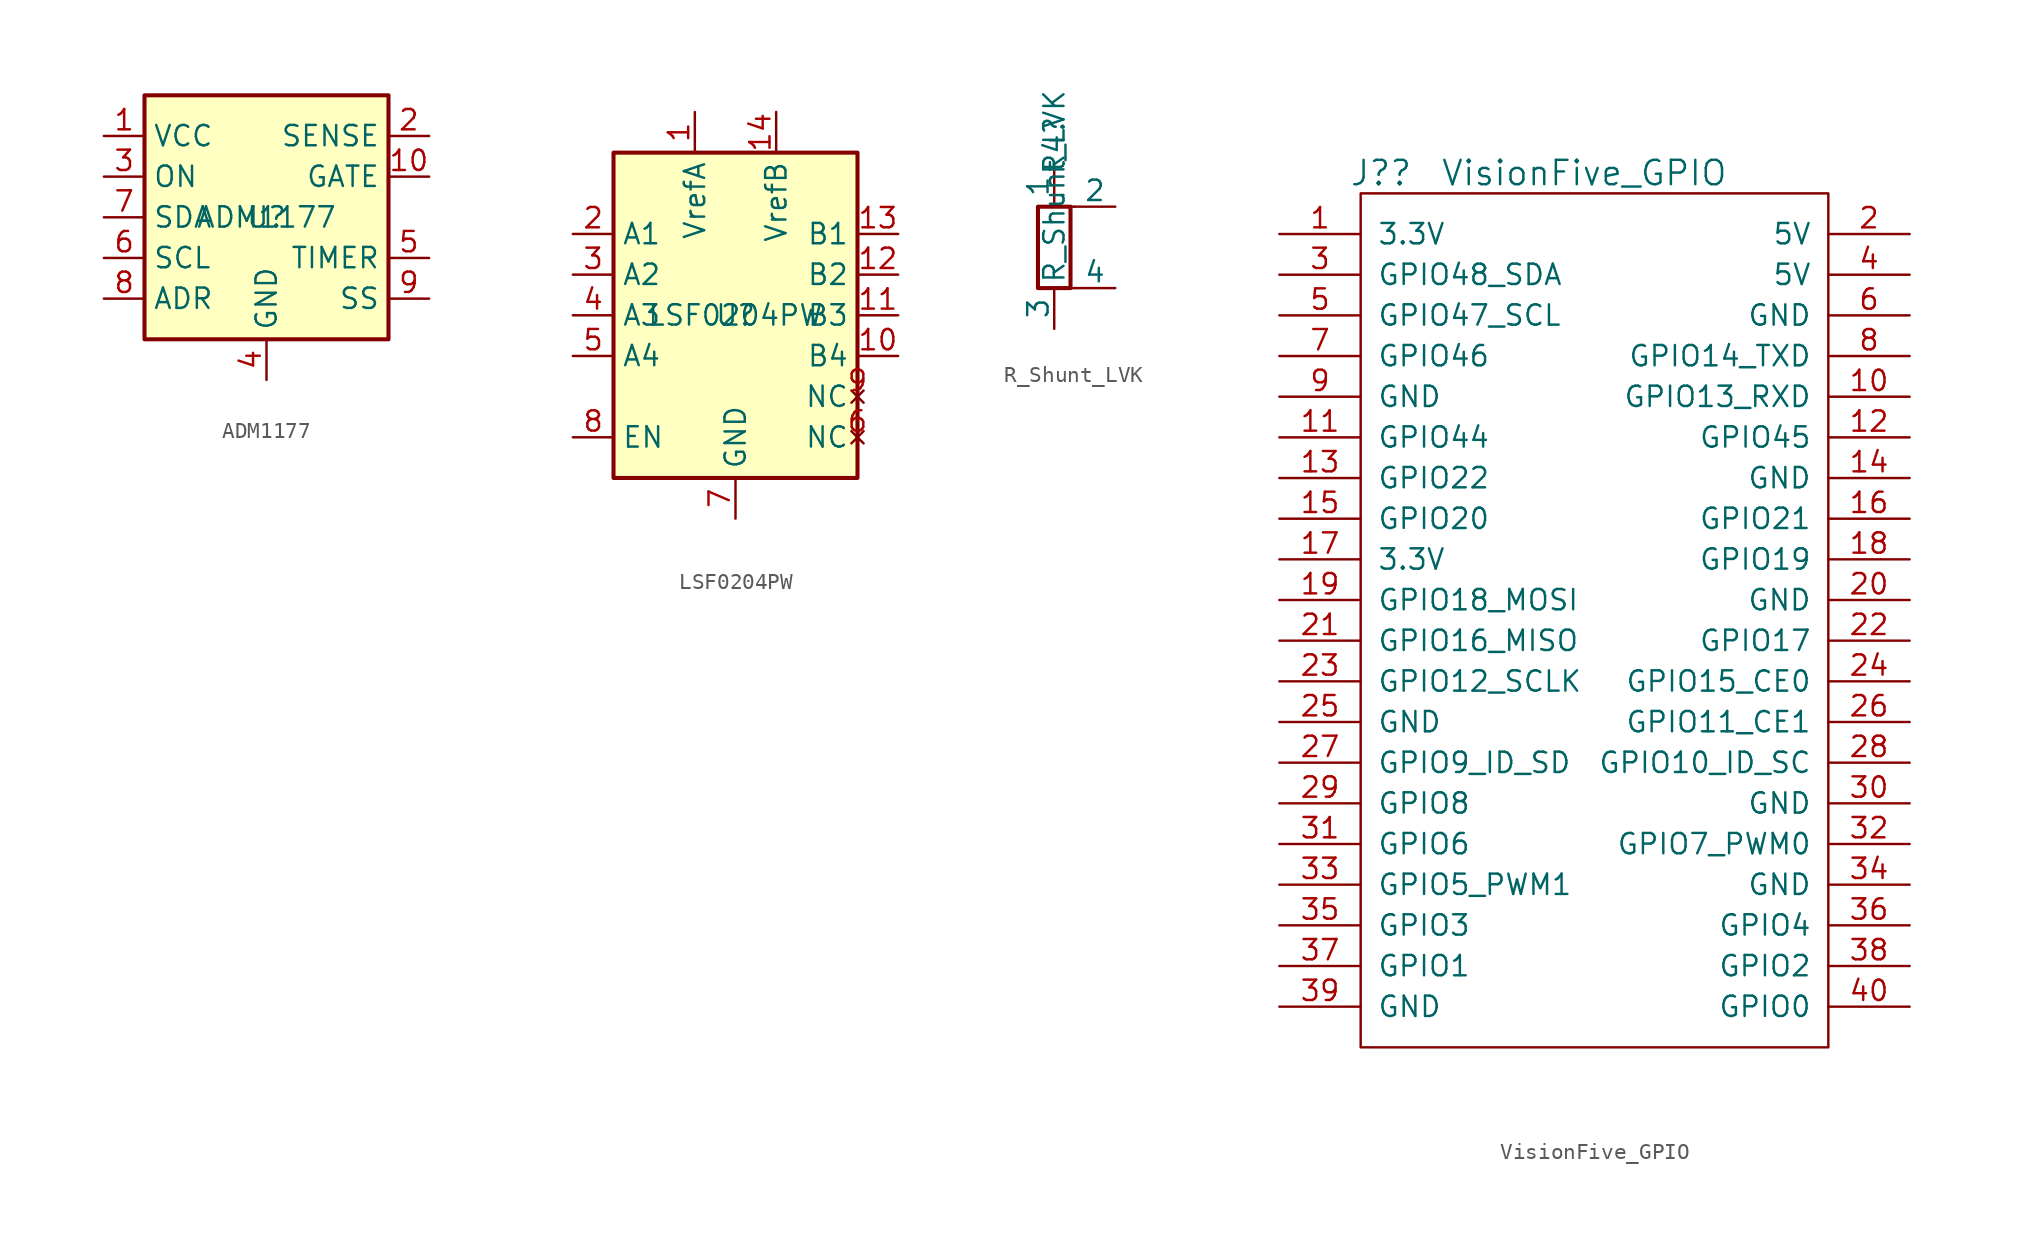
<source format=kicad_sym>
(kicad_symbol_lib
  (version 20211014)
  (generator kicad_symbol_editor)
  (symbol "ADM1177"
    (property "Reference" "U"
      (at 0 0 0)
      (effects (font (size 1.27 1.27))))
    (property "Value" "ADM1177"
      (at 0 0 0)
      (effects (font (size 1.27 1.27))))
    (symbol "ADM1177_0_1"
      (rectangle (start -7.62 -7.62) (end 7.62 7.62) (stroke (width 0.254) (type default) (color 0 0 0 0)) (fill (type background))))
    (symbol "ADM1177_1_1"
      (pin power_in line (at -10.16 5.08 0) (length 2.54) (name "VCC" (effects (font (size 1.27 1.27)))) (number "1" (effects (font (size 1.27 1.27)))))
      (pin output line (at 10.16 2.54 180) (length 2.54) (name "GATE" (effects (font (size 1.27 1.27)))) (number "10" (effects (font (size 1.27 1.27)))))
      (pin passive line (at 10.16 5.08 180) (length 2.54) (name "SENSE" (effects (font (size 1.27 1.27)))) (number "2" (effects (font (size 1.27 1.27)))))
      (pin input line (at -10.16 2.54 0) (length 2.54) (name "ON" (effects (font (size 1.27 1.27)))) (number "3" (effects (font (size 1.27 1.27)))))
      (pin passive line (at 0 -10.16 90) (length 2.54) (name "GND" (effects (font (size 1.27 1.27)))) (number "4" (effects (font (size 1.27 1.27)))))
      (pin passive line (at 10.16 -2.54 180) (length 2.54) (name "TIMER" (effects (font (size 1.27 1.27)))) (number "5" (effects (font (size 1.27 1.27)))))
      (pin input line (at -10.16 -2.54 0) (length 2.54) (name "SCL" (effects (font (size 1.27 1.27)))) (number "6" (effects (font (size 1.27 1.27)))))
      (pin bidirectional line (at -10.16 0 0) (length 2.54) (name "SDA" (effects (font (size 1.27 1.27)))) (number "7" (effects (font (size 1.27 1.27)))))
      (pin passive line (at -10.16 -5.08 0) (length 2.54) (name "ADR" (effects (font (size 1.27 1.27)))) (number "8" (effects (font (size 1.27 1.27)))))
      (pin passive line (at 10.16 -5.08 180) (length 2.54) (name "SS" (effects (font (size 1.27 1.27)))) (number "9" (effects (font (size 1.27 1.27)))))))
  (symbol "LSF0204PW"
    (property "Reference" "U"
      (at 0 0 0)
      (effects (font (size 1.27 1.27))))
    (property "Value" "LSF0204PW"
      (at 0 0 0)
      (effects (font (size 1.27 1.27))))
    (symbol "LSF0204PW_0_1"
      (rectangle (start -7.62 10.16) (end 7.62 -10.16) (stroke (width 0.254) (type default) (color 0 0 0 0)) (fill (type background))))
    (symbol "LSF0204PW_1_1"
      (pin power_in line (at -2.54 12.7 270) (length 2.54) (name "VrefA" (effects (font (size 1.27 1.27)))) (number "1" (effects (font (size 1.27 1.27)))))
      (pin bidirectional line (at 10.16 -2.54 180) (length 2.54) (name "B4" (effects (font (size 1.27 1.27)))) (number "10" (effects (font (size 1.27 1.27)))))
      (pin bidirectional line (at 10.16 0 180) (length 2.54) (name "B3" (effects (font (size 1.27 1.27)))) (number "11" (effects (font (size 1.27 1.27)))))
      (pin bidirectional line (at 10.16 2.54 180) (length 2.54) (name "B2" (effects (font (size 1.27 1.27)))) (number "12" (effects (font (size 1.27 1.27)))))
      (pin bidirectional line (at 10.16 5.08 180) (length 2.54) (name "B1" (effects (font (size 1.27 1.27)))) (number "13" (effects (font (size 1.27 1.27)))))
      (pin bidirectional line (at 2.54 12.7 270) (length 2.54) (name "VrefB" (effects (font (size 1.27 1.27)))) (number "14" (effects (font (size 1.27 1.27)))))
      (pin bidirectional line (at -10.16 5.08 0) (length 2.54) (name "A1" (effects (font (size 1.27 1.27)))) (number "2" (effects (font (size 1.27 1.27)))))
      (pin bidirectional line (at -10.16 2.54 0) (length 2.54) (name "A2" (effects (font (size 1.27 1.27)))) (number "3" (effects (font (size 1.27 1.27)))))
      (pin bidirectional line (at -10.16 0 0) (length 2.54) (name "A3" (effects (font (size 1.27 1.27)))) (number "4" (effects (font (size 1.27 1.27)))))
      (pin bidirectional line (at -10.16 -2.54 0) (length 2.54) (name "A4" (effects (font (size 1.27 1.27)))) (number "5" (effects (font (size 1.27 1.27)))))
      (pin no_connect line (at 7.62 -7.62 180) (length 0) (name "NC" (effects (font (size 1.27 1.27)))) (number "6" (effects (font (size 1.27 1.27)))))
      (pin power_in line (at 0 -12.7 90) (length 2.54) (name "GND" (effects (font (size 1.27 1.27)))) (number "7" (effects (font (size 1.27 1.27)))))
      (pin input line (at -10.16 -7.62 0) (length 2.54) (name "EN" (effects (font (size 1.27 1.27)))) (number "8" (effects (font (size 1.27 1.27)))))
      (pin no_connect line (at 7.62 -5.08 180) (length 0) (name "NC" (effects (font (size 1.27 1.27)))) (number "9" (effects (font (size 1.27 1.27)))))))
  (symbol "R_Shunt_LVK"
    (pin_numbers hide)
    (pin_names
      (offset 0))
    (property "Reference" "R4"
      (at 0 6.35 90)
      (effects (font (size 1.27 1.27))))
    (property "Value" "R_Shunt_LVK"
      (at 0 3.81 90)
      (effects (font (size 1.27 1.27))))
    (symbol "R_Shunt_LVK_0_1"
      (rectangle (start -1.016 -2.54) (end 1.016 2.54) (stroke (width 0.254) (type default) (color 0 0 0 0)) (fill (type none)))
      (polyline (pts (xy 0 -2.54) (xy 1.27 -2.54)) (stroke (width 0) (type default) (color 0 0 0 0)) (fill (type none)))
      (polyline (pts (xy 1.27 2.54) (xy 0 2.54)) (stroke (width 0) (type default) (color 0 0 0 0)) (fill (type none))))
    (symbol "R_Shunt_LVK_1_1"
      (pin passive line (at 0 5.08 270) (length 2.54) (name "1" (effects (font (size 1.27 1.27)))) (number "1" (effects (font (size 1.27 1.27)))))
      (pin passive line (at 3.81 2.54 180) (length 2.54) (name "2" (effects (font (size 1.27 1.27)))) (number "2" (effects (font (size 1.27 1.27)))))
      (pin passive line (at 0 -5.08 90) (length 2.54) (name "3" (effects (font (size 1.27 1.27)))) (number "3" (effects (font (size 1.27 1.27)))))
      (pin passive line (at 3.81 -2.54 180) (length 2.54) (name "4" (effects (font (size 1.27 1.27)))) (number "4" (effects (font (size 1.27 1.27)))))))
  (symbol "VisionFive_GPIO"
    (pin_names
      (offset 1.016))
    (property "Reference" "J?"
      (at 1.27 3.81 0)
      (effects (font (size 1.524 1.524))))
    (property "Value" "VisionFive_GPIO"
      (at 13.97 3.81 0)
      (effects (font (size 1.524 1.524))))
    (property "Datasheet" ""
      (at 0 0 0)
      (effects (font (size 1.524 1.524))))
    (symbol "VisionFive_GPIO_0_1"
      (rectangle (start 0 2.54) (end 29.21 -50.8) (stroke (width 0) (type default) (color 0 0 0 0)) (fill (type none))))
    (symbol "VisionFive_GPIO_1_1"
      (pin power_in line (at -5.08 0 0) (length 5.08) (name "3.3V" (effects (font (size 1.27 1.27)))) (number "1" (effects (font (size 1.27 1.27)))))
      (pin bidirectional line (at 34.29 -10.16 180) (length 5.08) (name "GPIO13_RXD" (effects (font (size 1.27 1.27)))) (number "10" (effects (font (size 1.27 1.27)))))
      (pin bidirectional line (at -5.08 -12.7 0) (length 5.08) (name "GPIO44" (effects (font (size 1.27 1.27)))) (number "11" (effects (font (size 1.27 1.27)))))
      (pin bidirectional line (at 34.29 -12.7 180) (length 5.08) (name "GPIO45" (effects (font (size 1.27 1.27)))) (number "12" (effects (font (size 1.27 1.27)))))
      (pin bidirectional line (at -5.08 -15.24 0) (length 5.08) (name "GPIO22" (effects (font (size 1.27 1.27)))) (number "13" (effects (font (size 1.27 1.27)))))
      (pin power_in line (at 34.29 -15.24 180) (length 5.08) (name "GND" (effects (font (size 1.27 1.27)))) (number "14" (effects (font (size 1.27 1.27)))))
      (pin bidirectional line (at -5.08 -17.78 0) (length 5.08) (name "GPIO20" (effects (font (size 1.27 1.27)))) (number "15" (effects (font (size 1.27 1.27)))))
      (pin bidirectional line (at 34.29 -17.78 180) (length 5.08) (name "GPIO21" (effects (font (size 1.27 1.27)))) (number "16" (effects (font (size 1.27 1.27)))))
      (pin power_in line (at -5.08 -20.32 0) (length 5.08) (name "3.3V" (effects (font (size 1.27 1.27)))) (number "17" (effects (font (size 1.27 1.27)))))
      (pin bidirectional line (at 34.29 -20.32 180) (length 5.08) (name "GPIO19" (effects (font (size 1.27 1.27)))) (number "18" (effects (font (size 1.27 1.27)))))
      (pin bidirectional line (at -5.08 -22.86 0) (length 5.08) (name "GPIO18_MOSI" (effects (font (size 1.27 1.27)))) (number "19" (effects (font (size 1.27 1.27)))))
      (pin power_in line (at 34.29 0 180) (length 5.08) (name "5V" (effects (font (size 1.27 1.27)))) (number "2" (effects (font (size 1.27 1.27)))))
      (pin power_in line (at 34.29 -22.86 180) (length 5.08) (name "GND" (effects (font (size 1.27 1.27)))) (number "20" (effects (font (size 1.27 1.27)))))
      (pin bidirectional line (at -5.08 -25.4 0) (length 5.08) (name "GPIO16_MISO" (effects (font (size 1.27 1.27)))) (number "21" (effects (font (size 1.27 1.27)))))
      (pin bidirectional line (at 34.29 -25.4 180) (length 5.08) (name "GPIO17" (effects (font (size 1.27 1.27)))) (number "22" (effects (font (size 1.27 1.27)))))
      (pin bidirectional line (at -5.08 -27.94 0) (length 5.08) (name "GPIO12_SCLK" (effects (font (size 1.27 1.27)))) (number "23" (effects (font (size 1.27 1.27)))))
      (pin bidirectional line (at 34.29 -27.94 180) (length 5.08) (name "GPIO15_CE0" (effects (font (size 1.27 1.27)))) (number "24" (effects (font (size 1.27 1.27)))))
      (pin power_in line (at -5.08 -30.48 0) (length 5.08) (name "GND" (effects (font (size 1.27 1.27)))) (number "25" (effects (font (size 1.27 1.27)))))
      (pin bidirectional line (at 34.29 -30.48 180) (length 5.08) (name "GPIO11_CE1" (effects (font (size 1.27 1.27)))) (number "26" (effects (font (size 1.27 1.27)))))
      (pin bidirectional line (at -5.08 -33.02 0) (length 5.08) (name "GPIO9_ID_SD" (effects (font (size 1.27 1.27)))) (number "27" (effects (font (size 1.27 1.27)))))
      (pin bidirectional line (at 34.29 -33.02 180) (length 5.08) (name "GPIO10_ID_SC" (effects (font (size 1.27 1.27)))) (number "28" (effects (font (size 1.27 1.27)))))
      (pin bidirectional line (at -5.08 -35.56 0) (length 5.08) (name "GPIO8" (effects (font (size 1.27 1.27)))) (number "29" (effects (font (size 1.27 1.27)))))
      (pin bidirectional line (at -5.08 -2.54 0) (length 5.08) (name "GPIO48_SDA" (effects (font (size 1.27 1.27)))) (number "3" (effects (font (size 1.27 1.27)))))
      (pin power_in line (at 34.29 -35.56 180) (length 5.08) (name "GND" (effects (font (size 1.27 1.27)))) (number "30" (effects (font (size 1.27 1.27)))))
      (pin bidirectional line (at -5.08 -38.1 0) (length 5.08) (name "GPIO6" (effects (font (size 1.27 1.27)))) (number "31" (effects (font (size 1.27 1.27)))))
      (pin bidirectional line (at 34.29 -38.1 180) (length 5.08) (name "GPIO7_PWM0" (effects (font (size 1.27 1.27)))) (number "32" (effects (font (size 1.27 1.27)))))
      (pin bidirectional line (at -5.08 -40.64 0) (length 5.08) (name "GPIO5_PWM1" (effects (font (size 1.27 1.27)))) (number "33" (effects (font (size 1.27 1.27)))))
      (pin power_in line (at 34.29 -40.64 180) (length 5.08) (name "GND" (effects (font (size 1.27 1.27)))) (number "34" (effects (font (size 1.27 1.27)))))
      (pin bidirectional line (at -5.08 -43.18 0) (length 5.08) (name "GPIO3" (effects (font (size 1.27 1.27)))) (number "35" (effects (font (size 1.27 1.27)))))
      (pin bidirectional line (at 34.29 -43.18 180) (length 5.08) (name "GPIO4" (effects (font (size 1.27 1.27)))) (number "36" (effects (font (size 1.27 1.27)))))
      (pin bidirectional line (at -5.08 -45.72 0) (length 5.08) (name "GPIO1" (effects (font (size 1.27 1.27)))) (number "37" (effects (font (size 1.27 1.27)))))
      (pin bidirectional line (at 34.29 -45.72 180) (length 5.08) (name "GPIO2" (effects (font (size 1.27 1.27)))) (number "38" (effects (font (size 1.27 1.27)))))
      (pin power_in line (at -5.08 -48.26 0) (length 5.08) (name "GND" (effects (font (size 1.27 1.27)))) (number "39" (effects (font (size 1.27 1.27)))))
      (pin power_in line (at 34.29 -2.54 180) (length 5.08) (name "5V" (effects (font (size 1.27 1.27)))) (number "4" (effects (font (size 1.27 1.27)))))
      (pin bidirectional line (at 34.29 -48.26 180) (length 5.08) (name "GPIO0" (effects (font (size 1.27 1.27)))) (number "40" (effects (font (size 1.27 1.27)))))
      (pin bidirectional line (at -5.08 -5.08 0) (length 5.08) (name "GPIO47_SCL" (effects (font (size 1.27 1.27)))) (number "5" (effects (font (size 1.27 1.27)))))
      (pin power_in line (at 34.29 -5.08 180) (length 5.08) (name "GND" (effects (font (size 1.27 1.27)))) (number "6" (effects (font (size 1.27 1.27)))))
      (pin bidirectional line (at -5.08 -7.62 0) (length 5.08) (name "GPIO46" (effects (font (size 1.27 1.27)))) (number "7" (effects (font (size 1.27 1.27)))))
      (pin bidirectional line (at 34.29 -7.62 180) (length 5.08) (name "GPIO14_TXD" (effects (font (size 1.27 1.27)))) (number "8" (effects (font (size 1.27 1.27)))))
      (pin power_in line (at -5.08 -10.16 0) (length 5.08) (name "GND" (effects (font (size 1.27 1.27)))) (number "9" (effects (font (size 1.27 1.27))))))))
</source>
